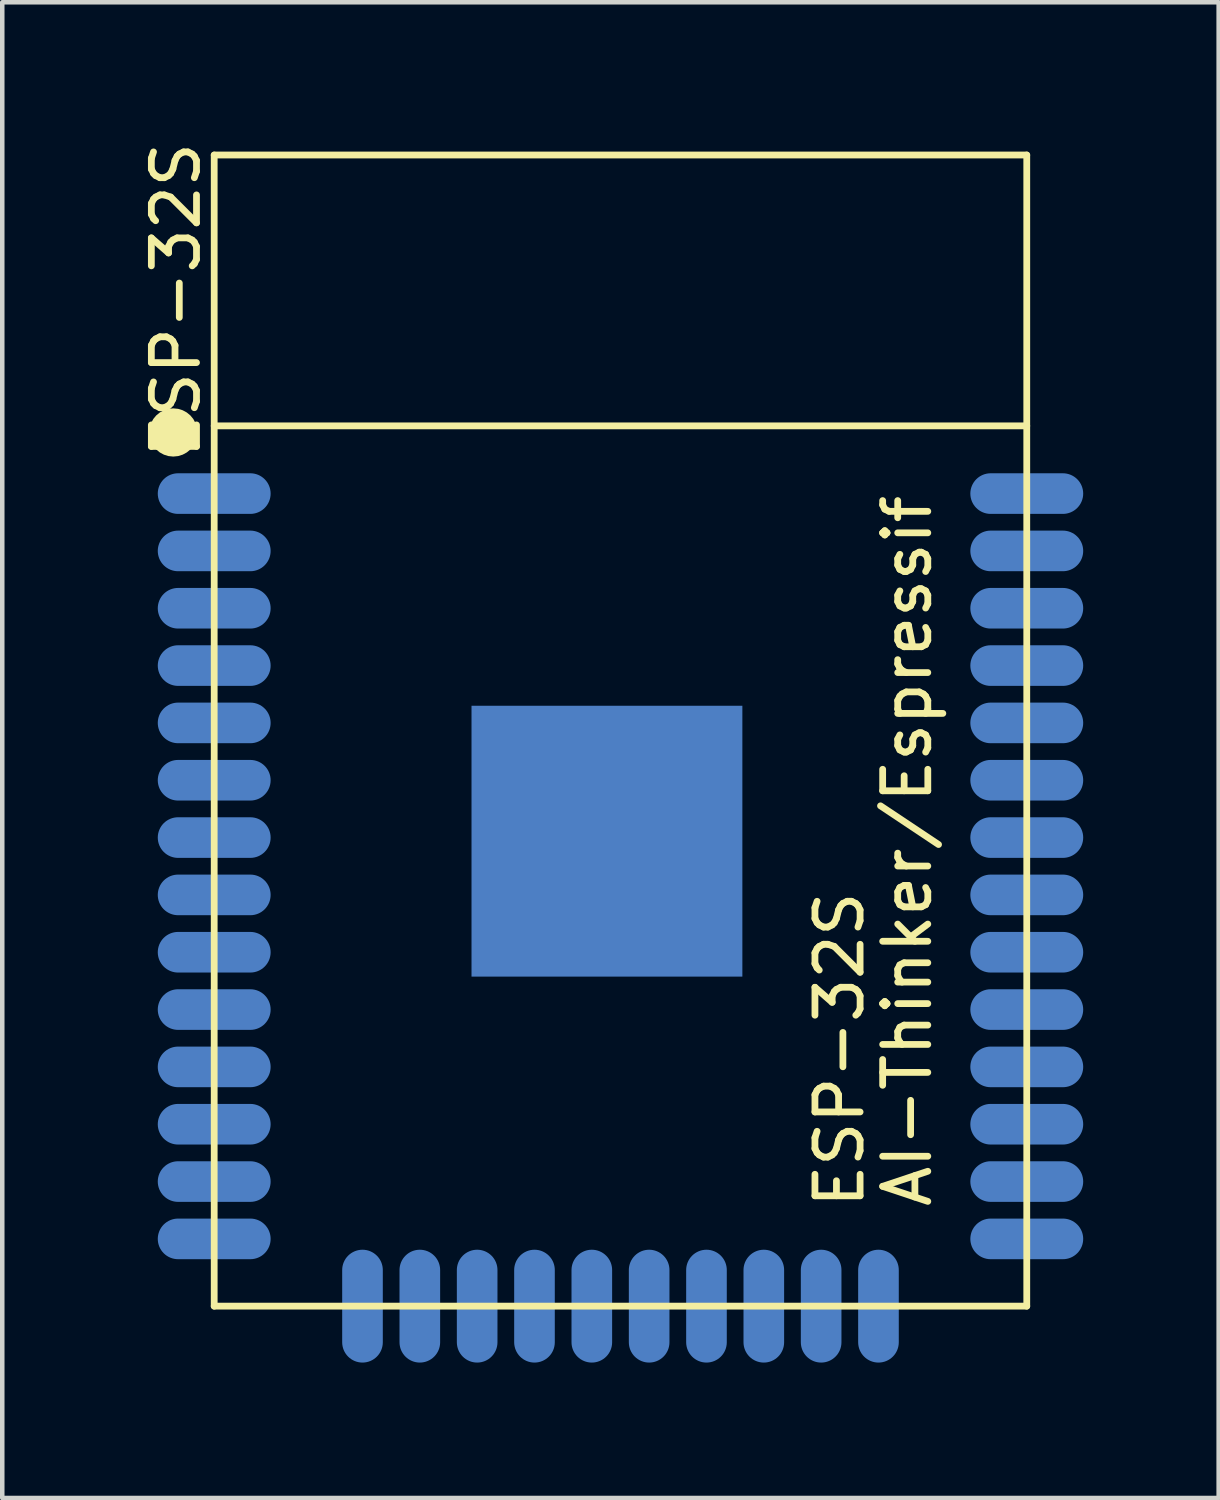
<source format=kicad_pcb>
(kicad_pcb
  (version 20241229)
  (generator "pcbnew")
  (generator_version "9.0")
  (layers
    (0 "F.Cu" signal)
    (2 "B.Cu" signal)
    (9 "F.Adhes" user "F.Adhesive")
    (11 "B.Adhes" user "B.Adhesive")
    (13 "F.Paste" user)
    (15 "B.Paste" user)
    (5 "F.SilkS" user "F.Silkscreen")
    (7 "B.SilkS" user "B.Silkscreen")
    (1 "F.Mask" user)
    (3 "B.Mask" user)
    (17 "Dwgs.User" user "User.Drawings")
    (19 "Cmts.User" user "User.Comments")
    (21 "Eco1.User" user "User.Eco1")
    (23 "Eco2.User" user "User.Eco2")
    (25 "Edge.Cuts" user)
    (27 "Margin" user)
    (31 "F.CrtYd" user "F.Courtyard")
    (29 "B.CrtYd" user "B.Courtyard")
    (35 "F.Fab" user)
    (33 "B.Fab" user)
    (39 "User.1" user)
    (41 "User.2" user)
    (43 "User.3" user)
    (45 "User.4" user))
  (footprint "ESP-32S"
    (layer "F.Cu")
    (at 10.748 17.401)
    (property "Reference" "ESP-32S" (at -9.9 -13.8 270) (layer "F.SilkS") (effects (font (size 1 1) (thickness 0.15))))
    (attr through_hole)
    (fp_line (start -9.053 -17.017) (end -9.053 8.483) (stroke (width 0.15) (type solid)) (layer "F.SilkS"))
    (fp_line (start 8.947 -17.017) (end -9.053 -17.017) (stroke (width 0.15) (type solid)) (layer "F.SilkS"))
    (fp_line (start 8.947 -17.017) (end 8.947 8.483) (stroke (width 0.15) (type solid)) (layer "F.SilkS"))
    (fp_line (start 8.947 -11.017) (end -9.053 -11.017) (stroke (width 0.15) (type solid)) (layer "F.SilkS"))
    (fp_line (start 8.947 8.483) (end -9.053 8.483) (stroke (width 0.15) (type solid)) (layer "F.SilkS"))
    (fp_circle (center -9.959 -10.871) (end -10.086 -11.125) (stroke (width 0.5) (type solid)) (fill no) (layer "F.SilkS"))
    (fp_text user "AI-Thinker/Espressif" (at 6.3 -1.6 90) (layer "F.SilkS") (effects (font (size 1 1) (thickness 0.15))))
    (fp_text user "ESP-32S" (at 4.8 2.8 90) (layer "F.SilkS") (effects (font (size 1 1) (thickness 0.15))))
    (pad "1" smd oval (at -9.053 -9.517 180) (size 2.5 0.9) (layers "B.Cu" "B.Mask" "B.Paste"))
    (pad "2" smd oval (at -9.053 -8.247 180) (size 2.5 0.9) (layers "B.Cu" "B.Mask" "B.Paste"))
    (pad "3" smd oval (at -9.053 -6.977 180) (size 2.5 0.9) (layers "B.Cu" "B.Mask" "B.Paste"))
    (pad "4" smd oval (at -9.053 -5.707 180) (size 2.5 0.9) (layers "B.Cu" "B.Mask" "B.Paste"))
    (pad "5" smd oval (at -9.053 -4.437 180) (size 2.5 0.9) (layers "B.Cu" "B.Mask" "B.Paste"))
    (pad "6" smd oval (at -9.053 -3.167 180) (size 2.5 0.9) (layers "B.Cu" "B.Mask" "B.Paste"))
    (pad "7" smd oval (at -9.053 -1.897 180) (size 2.5 0.9) (layers "B.Cu" "B.Mask" "B.Paste"))
    (pad "8" smd oval (at -9.053 -0.627 180) (size 2.5 0.9) (layers "B.Cu" "B.Mask" "B.Paste"))
    (pad "9" smd oval (at -9.053 0.643 180) (size 2.5 0.9) (layers "B.Cu" "B.Mask" "B.Paste"))
    (pad "10" smd oval (at -9.053 1.913 180) (size 2.5 0.9) (layers "B.Cu" "B.Mask" "B.Paste"))
    (pad "11" smd oval (at -9.053 3.183 180) (size 2.5 0.9) (layers "B.Cu" "B.Mask" "B.Paste"))
    (pad "12" smd oval (at -9.053 4.453 180) (size 2.5 0.9) (layers "B.Cu" "B.Mask" "B.Paste"))
    (pad "13" smd oval (at -9.053 5.723 180) (size 2.5 0.9) (layers "B.Cu" "B.Mask" "B.Paste"))
    (pad "14" smd oval (at -9.053 6.993 180) (size 2.5 0.9) (layers "B.Cu" "B.Mask" "B.Paste"))
    (pad "15" smd oval (at -5.768 8.483 180) (size 0.9 2.5) (layers "B.Cu" "B.Mask" "B.Paste"))
    (pad "16" smd oval (at -4.498 8.483 180) (size 0.9 2.5) (layers "B.Cu" "B.Mask" "B.Paste"))
    (pad "17" smd oval (at -3.228 8.483 180) (size 0.9 2.5) (layers "B.Cu" "B.Mask" "B.Paste"))
    (pad "18" smd oval (at -1.958 8.483 180) (size 0.9 2.5) (layers "B.Cu" "B.Mask" "B.Paste"))
    (pad "19" smd oval (at -0.688 8.483 180) (size 0.9 2.5) (layers "B.Cu" "B.Mask" "B.Paste"))
    (pad "20" smd oval (at 0.582 8.483 180) (size 0.9 2.5) (layers "B.Cu" "B.Mask" "B.Paste"))
    (pad "21" smd oval (at 1.852 8.483 180) (size 0.9 2.5) (layers "B.Cu" "B.Mask" "B.Paste"))
    (pad "22" smd oval (at 3.122 8.483 180) (size 0.9 2.5) (layers "B.Cu" "B.Mask" "B.Paste"))
    (pad "23" smd oval (at 4.392 8.483 180) (size 0.9 2.5) (layers "B.Cu" "B.Mask" "B.Paste"))
    (pad "24" smd oval (at 5.662 8.483 180) (size 0.9 2.5) (layers "B.Cu" "B.Mask" "B.Paste"))
    (pad "25" smd oval (at 8.947 6.993 180) (size 2.5 0.9) (layers "B.Cu" "B.Mask" "B.Paste"))
    (pad "26" smd oval (at 8.947 5.723 180) (size 2.5 0.9) (layers "B.Cu" "B.Mask" "B.Paste"))
    (pad "27" smd oval (at 8.947 4.453 180) (size 2.5 0.9) (layers "B.Cu" "B.Mask" "B.Paste"))
    (pad "28" smd oval (at 8.947 3.183 180) (size 2.5 0.9) (layers "B.Cu" "B.Mask" "B.Paste"))
    (pad "29" smd oval (at 8.947 1.913 180) (size 2.5 0.9) (layers "B.Cu" "B.Mask" "B.Paste"))
    (pad "30" smd oval (at 8.947 0.643 180) (size 2.5 0.9) (layers "B.Cu" "B.Mask" "B.Paste"))
    (pad "31" smd oval (at 8.947 -0.627 180) (size 2.5 0.9) (layers "B.Cu" "B.Mask" "B.Paste"))
    (pad "32" smd oval (at 8.947 -1.897 180) (size 2.5 0.9) (layers "B.Cu" "B.Mask" "B.Paste"))
    (pad "33" smd oval (at 8.947 -3.167 180) (size 2.5 0.9) (layers "B.Cu" "B.Mask" "B.Paste"))
    (pad "34" smd oval (at 8.947 -4.437 180) (size 2.5 0.9) (layers "B.Cu" "B.Mask" "B.Paste"))
    (pad "35" smd oval (at 8.947 -5.707 180) (size 2.5 0.9) (layers "B.Cu" "B.Mask" "B.Paste"))
    (pad "36" smd oval (at 8.947 -6.977 180) (size 2.5 0.9) (layers "B.Cu" "B.Mask" "B.Paste"))
    (pad "37" smd oval (at 8.947 -8.247 180) (size 2.5 0.9) (layers "B.Cu" "B.Mask" "B.Paste"))
    (pad "38" smd oval (at 8.947 -9.517 180) (size 2.5 0.9) (layers "B.Cu" "B.Mask" "B.Paste"))
    (pad "39" smd rect (at -0.353 -1.817 180) (size 6 6) (layers "B.Cu" "B.Mask" "B.Paste")))
  (gr_rect
    (start -3 -3)
    (end 23.946 30.134)
    (stroke (width 0.1) (type default))
    (fill no)
    (layer "Edge.Cuts")))
</source>
